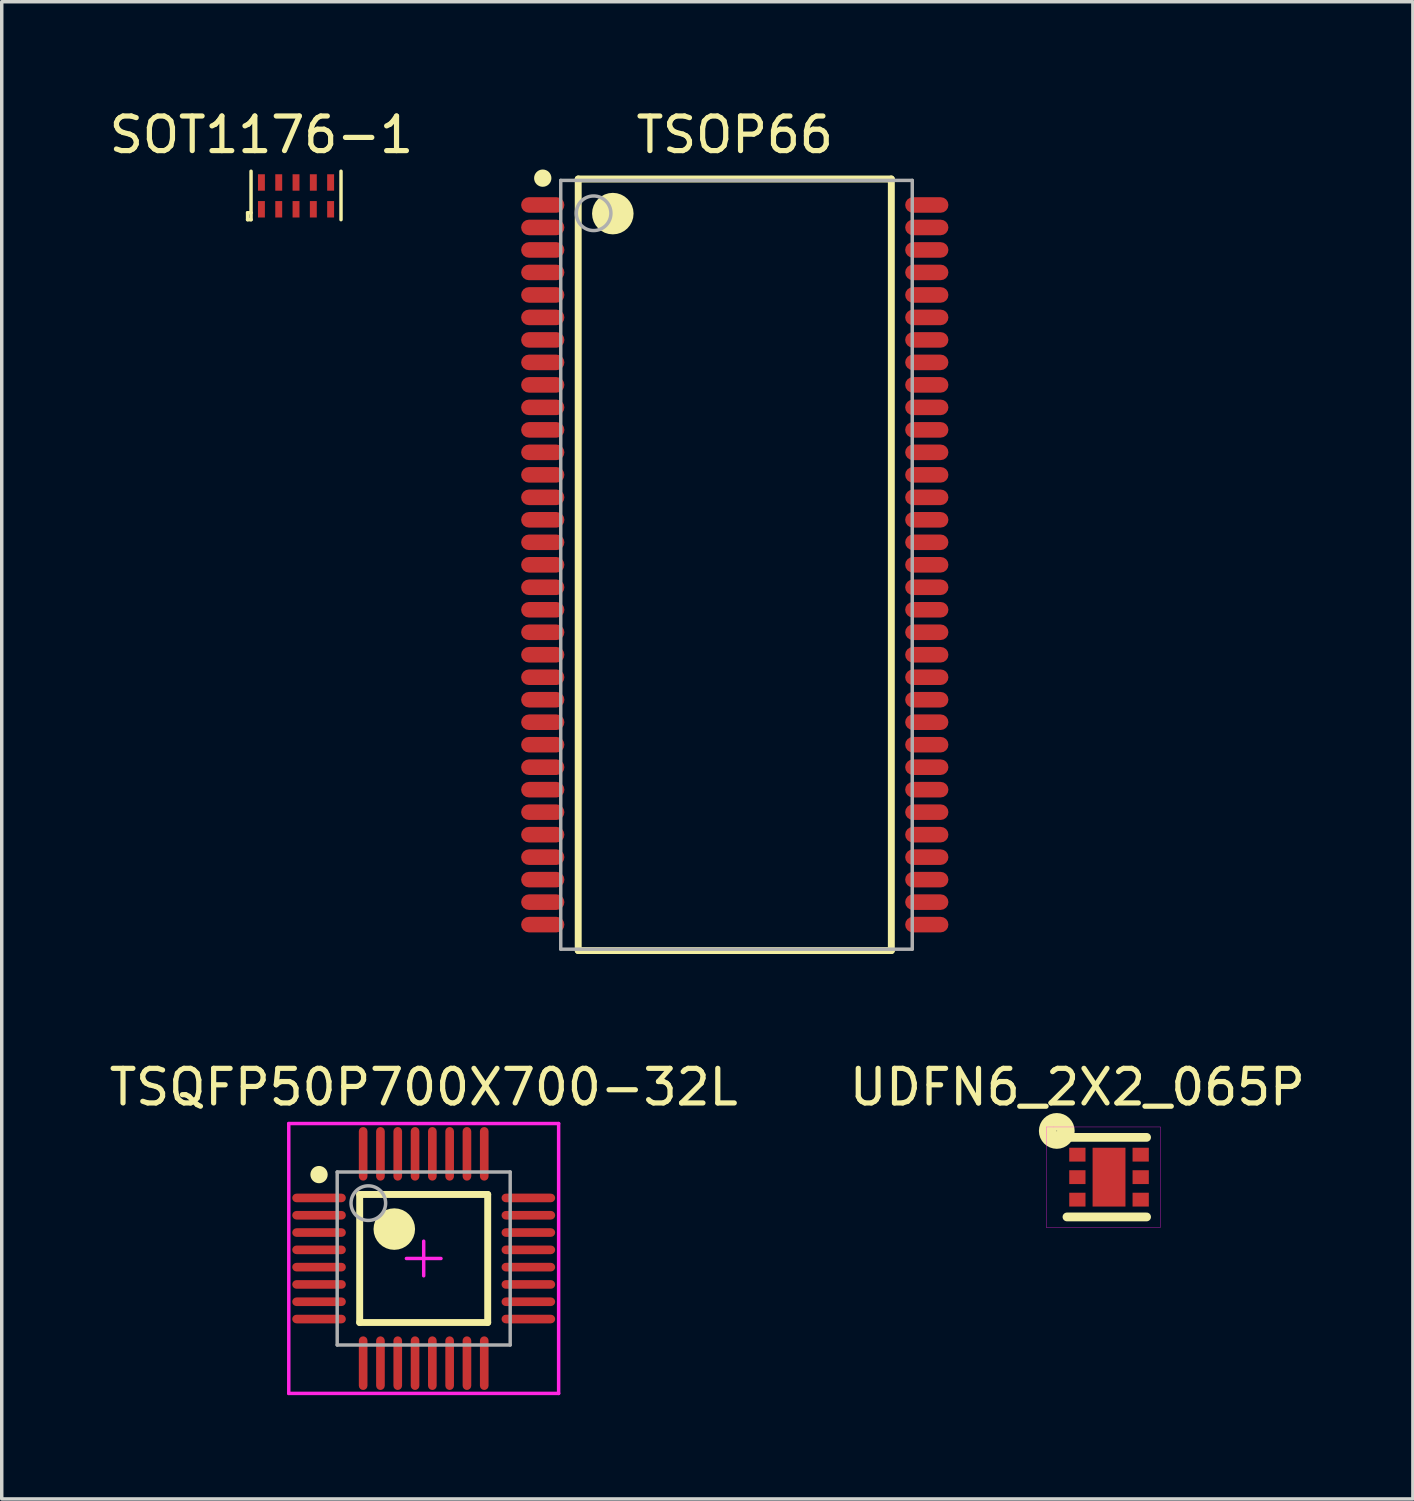
<source format=kicad_pcb>
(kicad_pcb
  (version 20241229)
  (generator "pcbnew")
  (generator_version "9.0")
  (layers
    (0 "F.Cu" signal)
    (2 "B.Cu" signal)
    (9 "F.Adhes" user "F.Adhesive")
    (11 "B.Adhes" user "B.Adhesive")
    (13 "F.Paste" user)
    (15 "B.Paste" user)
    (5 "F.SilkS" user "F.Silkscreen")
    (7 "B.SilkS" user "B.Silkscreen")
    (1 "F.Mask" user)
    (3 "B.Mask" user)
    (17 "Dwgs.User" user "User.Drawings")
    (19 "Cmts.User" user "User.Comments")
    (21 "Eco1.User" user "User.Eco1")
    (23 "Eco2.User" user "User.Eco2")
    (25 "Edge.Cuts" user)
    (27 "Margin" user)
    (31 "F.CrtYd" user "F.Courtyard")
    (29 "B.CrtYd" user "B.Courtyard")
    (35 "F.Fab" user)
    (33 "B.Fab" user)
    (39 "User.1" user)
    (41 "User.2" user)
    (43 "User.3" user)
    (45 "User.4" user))
  (footprint "TSQFP50P700X700-32L"
    (layer "F.Cu")
    (at 9.196 33.324)
    (property "Reference" "TSQFP50P700X700-32L" (at 0 -4.951 0) (layer "F.SilkS") (effects (font (size 1 1) (thickness 0.15))))
    (attr through_hole)
    (fp_line (start -1.85 -1.85) (end 1.85 -1.85) (stroke (width 0.2) (type solid)) (layer "F.SilkS"))
    (fp_line (start -1.85 1.85) (end -1.85 -1.85) (stroke (width 0.2) (type solid)) (layer "F.SilkS"))
    (fp_line (start -1.85 1.85) (end 1.85 1.85) (stroke (width 0.2) (type solid)) (layer "F.SilkS"))
    (fp_line (start 1.85 1.85) (end 1.85 -1.85) (stroke (width 0.2) (type solid)) (layer "F.SilkS"))
    (fp_circle (center -3.025 -2.425) (end -2.9 -2.425) (stroke (width 0.25) (type solid)) (fill no) (layer "F.SilkS"))
    (fp_circle (center -0.85 -0.85) (end -0.55 -0.85) (stroke (width 0.6) (type solid)) (fill no) (layer "F.SilkS"))
    (fp_line (start -3.9 -3.9) (end 3.9 -3.9) (stroke (width 0.1) (type solid)) (layer "F.CrtYd"))
    (fp_line (start -3.9 3.9) (end -3.9 -3.9) (stroke (width 0.1) (type solid)) (layer "F.CrtYd"))
    (fp_line (start -3.9 3.9) (end 3.9 3.9) (stroke (width 0.1) (type solid)) (layer "F.CrtYd"))
    (fp_line (start -0.5 0) (end 0.5 0) (stroke (width 0.1) (type solid)) (layer "F.CrtYd"))
    (fp_line (start 0 0.5) (end 0 -0.5) (stroke (width 0.1) (type solid)) (layer "F.CrtYd"))
    (fp_line (start 3.9 3.9) (end 3.9 -3.9) (stroke (width 0.1) (type solid)) (layer "F.CrtYd"))
    (fp_line (start -2.5 -2.5) (end 2.5 -2.5) (stroke (width 0.1) (type solid)) (layer "F.Fab"))
    (fp_line (start -2.5 2.5) (end -2.5 -2.5) (stroke (width 0.1) (type solid)) (layer "F.Fab"))
    (fp_line (start -2.5 2.5) (end 2.5 2.5) (stroke (width 0.1) (type solid)) (layer "F.Fab"))
    (fp_line (start 2.5 2.5) (end 2.5 -2.5) (stroke (width 0.1) (type solid)) (layer "F.Fab"))
    (fp_circle (center -1.6 -1.6) (end -1.1 -1.6) (stroke (width 0.1) (type solid)) (fill no) (layer "F.Fab"))
    (pad "1" smd roundrect (at -3.025 -1.75 90) (size 0.25 1.55) (layers "F.Cu" "F.Mask" "F.Paste") (roundrect_rratio 0.5))
    (pad "2" smd roundrect (at -3.025 -1.25 90) (size 0.25 1.55) (layers "F.Cu" "F.Mask" "F.Paste") (roundrect_rratio 0.5))
    (pad "3" smd roundrect (at -3.025 -0.75 90) (size 0.25 1.55) (layers "F.Cu" "F.Mask" "F.Paste") (roundrect_rratio 0.5))
    (pad "4" smd roundrect (at -3.025 -0.25 90) (size 0.25 1.55) (layers "F.Cu" "F.Mask" "F.Paste") (roundrect_rratio 0.5))
    (pad "5" smd roundrect (at -3.025 0.25 90) (size 0.25 1.55) (layers "F.Cu" "F.Mask" "F.Paste") (roundrect_rratio 0.5))
    (pad "6" smd roundrect (at -3.025 0.75 90) (size 0.25 1.55) (layers "F.Cu" "F.Mask" "F.Paste") (roundrect_rratio 0.5))
    (pad "7" smd roundrect (at -3.025 1.25 90) (size 0.25 1.55) (layers "F.Cu" "F.Mask" "F.Paste") (roundrect_rratio 0.5))
    (pad "8" smd roundrect (at -3.025 1.75 90) (size 0.25 1.55) (layers "F.Cu" "F.Mask" "F.Paste") (roundrect_rratio 0.5))
    (pad "9" smd roundrect (at -1.75 3.025) (size 0.25 1.55) (layers "F.Cu" "F.Mask" "F.Paste") (roundrect_rratio 0.5))
    (pad "10" smd roundrect (at -1.25 3.025) (size 0.25 1.55) (layers "F.Cu" "F.Mask" "F.Paste") (roundrect_rratio 0.5))
    (pad "11" smd roundrect (at -0.75 3.025) (size 0.25 1.55) (layers "F.Cu" "F.Mask" "F.Paste") (roundrect_rratio 0.5))
    (pad "12" smd roundrect (at -0.25 3.025) (size 0.25 1.55) (layers "F.Cu" "F.Mask" "F.Paste") (roundrect_rratio 0.5))
    (pad "13" smd roundrect (at 0.25 3.025) (size 0.25 1.55) (layers "F.Cu" "F.Mask" "F.Paste") (roundrect_rratio 0.5))
    (pad "14" smd roundrect (at 0.75 3.025) (size 0.25 1.55) (layers "F.Cu" "F.Mask" "F.Paste") (roundrect_rratio 0.5))
    (pad "15" smd roundrect (at 1.25 3.025) (size 0.25 1.55) (layers "F.Cu" "F.Mask" "F.Paste") (roundrect_rratio 0.5))
    (pad "16" smd roundrect (at 1.75 3.025) (size 0.25 1.55) (layers "F.Cu" "F.Mask" "F.Paste") (roundrect_rratio 0.5))
    (pad "17" smd roundrect (at 3.025 1.75 90) (size 0.25 1.55) (layers "F.Cu" "F.Mask" "F.Paste") (roundrect_rratio 0.5))
    (pad "18" smd roundrect (at 3.025 1.25 90) (size 0.25 1.55) (layers "F.Cu" "F.Mask" "F.Paste") (roundrect_rratio 0.5))
    (pad "19" smd roundrect (at 3.025 0.75 90) (size 0.25 1.55) (layers "F.Cu" "F.Mask" "F.Paste") (roundrect_rratio 0.5))
    (pad "20" smd roundrect (at 3.025 0.25 90) (size 0.25 1.55) (layers "F.Cu" "F.Mask" "F.Paste") (roundrect_rratio 0.5))
    (pad "21" smd roundrect (at 3.025 -0.25 90) (size 0.25 1.55) (layers "F.Cu" "F.Mask" "F.Paste") (roundrect_rratio 0.5))
    (pad "22" smd roundrect (at 3.025 -0.75 90) (size 0.25 1.55) (layers "F.Cu" "F.Mask" "F.Paste") (roundrect_rratio 0.5))
    (pad "23" smd roundrect (at 3.025 -1.25 90) (size 0.25 1.55) (layers "F.Cu" "F.Mask" "F.Paste") (roundrect_rratio 0.5))
    (pad "24" smd roundrect (at 3.025 -1.75 90) (size 0.25 1.55) (layers "F.Cu" "F.Mask" "F.Paste") (roundrect_rratio 0.5))
    (pad "25" smd roundrect (at 1.75 -3.025) (size 0.25 1.55) (layers "F.Cu" "F.Mask" "F.Paste") (roundrect_rratio 0.5))
    (pad "26" smd roundrect (at 1.25 -3.025) (size 0.25 1.55) (layers "F.Cu" "F.Mask" "F.Paste") (roundrect_rratio 0.5))
    (pad "27" smd roundrect (at 0.75 -3.025) (size 0.25 1.55) (layers "F.Cu" "F.Mask" "F.Paste") (roundrect_rratio 0.5))
    (pad "28" smd roundrect (at 0.25 -3.025) (size 0.25 1.55) (layers "F.Cu" "F.Mask" "F.Paste") (roundrect_rratio 0.5))
    (pad "29" smd roundrect (at -0.25 -3.025) (size 0.25 1.55) (layers "F.Cu" "F.Mask" "F.Paste") (roundrect_rratio 0.5))
    (pad "30" smd roundrect (at -0.75 -3.025) (size 0.25 1.55) (layers "F.Cu" "F.Mask" "F.Paste") (roundrect_rratio 0.5))
    (pad "31" smd roundrect (at -1.25 -3.025) (size 0.25 1.55) (layers "F.Cu" "F.Mask" "F.Paste") (roundrect_rratio 0.5))
    (pad "32" smd roundrect (at -1.75 -3.025) (size 0.25 1.55) (layers "F.Cu" "F.Mask" "F.Paste") (roundrect_rratio 0.5)))
  (footprint "TSOP66"
    (layer "F.Cu")
    (at 18.187 13.274)
    (property "Reference" "TSOP66" (at 0 -12.426 0) (layer "F.SilkS") (effects (font (size 1 1) (thickness 0.15))))
    (attr through_hole)
    (fp_line (start -4.525 -11.15) (end 4.525 -11.15) (stroke (width 0.2) (type solid)) (layer "F.SilkS"))
    (fp_line (start -4.525 11.15) (end -4.525 -11.15) (stroke (width 0.2) (type solid)) (layer "F.SilkS"))
    (fp_line (start -4.525 11.15) (end 4.525 11.15) (stroke (width 0.2) (type solid)) (layer "F.SilkS"))
    (fp_line (start 4.525 11.15) (end 4.525 -11.15) (stroke (width 0.2) (type solid)) (layer "F.SilkS"))
    (fp_circle (center -5.55 -11.175) (end -5.425 -11.175) (stroke (width 0.25) (type solid)) (fill no) (layer "F.SilkS"))
    (fp_circle (center -3.525 -10.15) (end -3.225 -10.15) (stroke (width 0.6) (type solid)) (fill no) (layer "F.SilkS"))
    (fp_line (start -5.03 -11.11) (end 5.13 -11.11) (stroke (width 0.1) (type solid)) (layer "F.Fab"))
    (fp_line (start -5.03 11.11) (end -5.03 -11.11) (stroke (width 0.1) (type solid)) (layer "F.Fab"))
    (fp_line (start -5.03 11.11) (end 5.13 11.11) (stroke (width 0.1) (type solid)) (layer "F.Fab"))
    (fp_line (start 5.13 11.11) (end 5.13 -11.11) (stroke (width 0.1) (type solid)) (layer "F.Fab"))
    (fp_circle (center -4.08 -10.16) (end -3.58 -10.16) (stroke (width 0.1) (type solid)) (fill no) (layer "F.Fab"))
    (pad "1" smd roundrect (at -5.55 -10.4) (size 1.25 0.45) (layers "F.Cu" "F.Mask" "F.Paste") (roundrect_rratio 0.5))
    (pad "2" smd roundrect (at -5.55 -9.75) (size 1.25 0.45) (layers "F.Cu" "F.Mask" "F.Paste") (roundrect_rratio 0.5))
    (pad "3" smd roundrect (at -5.55 -9.1) (size 1.25 0.45) (layers "F.Cu" "F.Mask" "F.Paste") (roundrect_rratio 0.5))
    (pad "4" smd roundrect (at -5.55 -8.45) (size 1.25 0.45) (layers "F.Cu" "F.Mask" "F.Paste") (roundrect_rratio 0.5))
    (pad "5" smd roundrect (at -5.55 -7.8) (size 1.25 0.45) (layers "F.Cu" "F.Mask" "F.Paste") (roundrect_rratio 0.5))
    (pad "6" smd roundrect (at -5.55 -7.15) (size 1.25 0.45) (layers "F.Cu" "F.Mask" "F.Paste") (roundrect_rratio 0.5))
    (pad "7" smd roundrect (at -5.55 -6.5) (size 1.25 0.45) (layers "F.Cu" "F.Mask" "F.Paste") (roundrect_rratio 0.5))
    (pad "8" smd roundrect (at -5.55 -5.85) (size 1.25 0.45) (layers "F.Cu" "F.Mask" "F.Paste") (roundrect_rratio 0.5))
    (pad "9" smd roundrect (at -5.55 -5.2) (size 1.25 0.45) (layers "F.Cu" "F.Mask" "F.Paste") (roundrect_rratio 0.5))
    (pad "10" smd roundrect (at -5.55 -4.55) (size 1.25 0.45) (layers "F.Cu" "F.Mask" "F.Paste") (roundrect_rratio 0.5))
    (pad "11" smd roundrect (at -5.55 -3.9) (size 1.25 0.45) (layers "F.Cu" "F.Mask" "F.Paste") (roundrect_rratio 0.5))
    (pad "12" smd roundrect (at -5.55 -3.25) (size 1.25 0.45) (layers "F.Cu" "F.Mask" "F.Paste") (roundrect_rratio 0.5))
    (pad "13" smd roundrect (at -5.55 -2.6) (size 1.25 0.45) (layers "F.Cu" "F.Mask" "F.Paste") (roundrect_rratio 0.5))
    (pad "14" smd roundrect (at -5.55 -1.95) (size 1.25 0.45) (layers "F.Cu" "F.Mask" "F.Paste") (roundrect_rratio 0.5))
    (pad "15" smd roundrect (at -5.55 -1.3) (size 1.25 0.45) (layers "F.Cu" "F.Mask" "F.Paste") (roundrect_rratio 0.5))
    (pad "16" smd roundrect (at -5.55 -0.65) (size 1.25 0.45) (layers "F.Cu" "F.Mask" "F.Paste") (roundrect_rratio 0.5))
    (pad "17" smd roundrect (at -5.55 0) (size 1.25 0.45) (layers "F.Cu" "F.Mask" "F.Paste") (roundrect_rratio 0.5))
    (pad "18" smd roundrect (at -5.55 0.65) (size 1.25 0.45) (layers "F.Cu" "F.Mask" "F.Paste") (roundrect_rratio 0.5))
    (pad "19" smd roundrect (at -5.55 1.3) (size 1.25 0.45) (layers "F.Cu" "F.Mask" "F.Paste") (roundrect_rratio 0.5))
    (pad "20" smd roundrect (at -5.55 1.95) (size 1.25 0.45) (layers "F.Cu" "F.Mask" "F.Paste") (roundrect_rratio 0.5))
    (pad "21" smd roundrect (at -5.55 2.6) (size 1.25 0.45) (layers "F.Cu" "F.Mask" "F.Paste") (roundrect_rratio 0.5))
    (pad "22" smd roundrect (at -5.55 3.25) (size 1.25 0.45) (layers "F.Cu" "F.Mask" "F.Paste") (roundrect_rratio 0.5))
    (pad "23" smd roundrect (at -5.55 3.9) (size 1.25 0.45) (layers "F.Cu" "F.Mask" "F.Paste") (roundrect_rratio 0.5))
    (pad "24" smd roundrect (at -5.55 4.55) (size 1.25 0.45) (layers "F.Cu" "F.Mask" "F.Paste") (roundrect_rratio 0.5))
    (pad "25" smd roundrect (at -5.55 5.2) (size 1.25 0.45) (layers "F.Cu" "F.Mask" "F.Paste") (roundrect_rratio 0.5))
    (pad "26" smd roundrect (at -5.55 5.85) (size 1.25 0.45) (layers "F.Cu" "F.Mask" "F.Paste") (roundrect_rratio 0.5))
    (pad "27" smd roundrect (at -5.55 6.5) (size 1.25 0.45) (layers "F.Cu" "F.Mask" "F.Paste") (roundrect_rratio 0.5))
    (pad "28" smd roundrect (at -5.55 7.15) (size 1.25 0.45) (layers "F.Cu" "F.Mask" "F.Paste") (roundrect_rratio 0.5))
    (pad "29" smd roundrect (at -5.55 7.8) (size 1.25 0.45) (layers "F.Cu" "F.Mask" "F.Paste") (roundrect_rratio 0.5))
    (pad "30" smd roundrect (at -5.55 8.45) (size 1.25 0.45) (layers "F.Cu" "F.Mask" "F.Paste") (roundrect_rratio 0.5))
    (pad "31" smd roundrect (at -5.55 9.1) (size 1.25 0.45) (layers "F.Cu" "F.Mask" "F.Paste") (roundrect_rratio 0.5))
    (pad "32" smd roundrect (at -5.55 9.75) (size 1.25 0.45) (layers "F.Cu" "F.Mask" "F.Paste") (roundrect_rratio 0.5))
    (pad "33" smd roundrect (at -5.55 10.4) (size 1.25 0.45) (layers "F.Cu" "F.Mask" "F.Paste") (roundrect_rratio 0.5))
    (pad "34" smd roundrect (at 5.55 10.4) (size 1.25 0.45) (layers "F.Cu" "F.Mask" "F.Paste") (roundrect_rratio 0.5))
    (pad "35" smd roundrect (at 5.55 9.75) (size 1.25 0.45) (layers "F.Cu" "F.Mask" "F.Paste") (roundrect_rratio 0.5))
    (pad "36" smd roundrect (at 5.55 9.1) (size 1.25 0.45) (layers "F.Cu" "F.Mask" "F.Paste") (roundrect_rratio 0.5))
    (pad "37" smd roundrect (at 5.55 8.45) (size 1.25 0.45) (layers "F.Cu" "F.Mask" "F.Paste") (roundrect_rratio 0.5))
    (pad "38" smd roundrect (at 5.55 7.8) (size 1.25 0.45) (layers "F.Cu" "F.Mask" "F.Paste") (roundrect_rratio 0.5))
    (pad "39" smd roundrect (at 5.55 7.15) (size 1.25 0.45) (layers "F.Cu" "F.Mask" "F.Paste") (roundrect_rratio 0.5))
    (pad "40" smd roundrect (at 5.55 6.5) (size 1.25 0.45) (layers "F.Cu" "F.Mask" "F.Paste") (roundrect_rratio 0.5))
    (pad "41" smd roundrect (at 5.55 5.85) (size 1.25 0.45) (layers "F.Cu" "F.Mask" "F.Paste") (roundrect_rratio 0.5))
    (pad "42" smd roundrect (at 5.55 5.2) (size 1.25 0.45) (layers "F.Cu" "F.Mask" "F.Paste") (roundrect_rratio 0.5))
    (pad "43" smd roundrect (at 5.55 4.55) (size 1.25 0.45) (layers "F.Cu" "F.Mask" "F.Paste") (roundrect_rratio 0.5))
    (pad "44" smd roundrect (at 5.55 3.9) (size 1.25 0.45) (layers "F.Cu" "F.Mask" "F.Paste") (roundrect_rratio 0.5))
    (pad "45" smd roundrect (at 5.55 3.25) (size 1.25 0.45) (layers "F.Cu" "F.Mask" "F.Paste") (roundrect_rratio 0.5))
    (pad "46" smd roundrect (at 5.55 2.6) (size 1.25 0.45) (layers "F.Cu" "F.Mask" "F.Paste") (roundrect_rratio 0.5))
    (pad "47" smd roundrect (at 5.55 1.95) (size 1.25 0.45) (layers "F.Cu" "F.Mask" "F.Paste") (roundrect_rratio 0.5))
    (pad "48" smd roundrect (at 5.55 1.3) (size 1.25 0.45) (layers "F.Cu" "F.Mask" "F.Paste") (roundrect_rratio 0.5))
    (pad "49" smd roundrect (at 5.55 0.65) (size 1.25 0.45) (layers "F.Cu" "F.Mask" "F.Paste") (roundrect_rratio 0.5))
    (pad "50" smd roundrect (at 5.55 0) (size 1.25 0.45) (layers "F.Cu" "F.Mask" "F.Paste") (roundrect_rratio 0.5))
    (pad "51" smd roundrect (at 5.55 -0.65) (size 1.25 0.45) (layers "F.Cu" "F.Mask" "F.Paste") (roundrect_rratio 0.5))
    (pad "52" smd roundrect (at 5.55 -1.3) (size 1.25 0.45) (layers "F.Cu" "F.Mask" "F.Paste") (roundrect_rratio 0.5))
    (pad "53" smd roundrect (at 5.55 -1.95) (size 1.25 0.45) (layers "F.Cu" "F.Mask" "F.Paste") (roundrect_rratio 0.5))
    (pad "54" smd roundrect (at 5.55 -2.6) (size 1.25 0.45) (layers "F.Cu" "F.Mask" "F.Paste") (roundrect_rratio 0.5))
    (pad "55" smd roundrect (at 5.55 -3.25) (size 1.25 0.45) (layers "F.Cu" "F.Mask" "F.Paste") (roundrect_rratio 0.5))
    (pad "56" smd roundrect (at 5.55 -3.9) (size 1.25 0.45) (layers "F.Cu" "F.Mask" "F.Paste") (roundrect_rratio 0.5))
    (pad "57" smd roundrect (at 5.55 -4.55) (size 1.25 0.45) (layers "F.Cu" "F.Mask" "F.Paste") (roundrect_rratio 0.5))
    (pad "58" smd roundrect (at 5.55 -5.2) (size 1.25 0.45) (layers "F.Cu" "F.Mask" "F.Paste") (roundrect_rratio 0.5))
    (pad "59" smd roundrect (at 5.55 -5.85) (size 1.25 0.45) (layers "F.Cu" "F.Mask" "F.Paste") (roundrect_rratio 0.5))
    (pad "60" smd roundrect (at 5.55 -6.5) (size 1.25 0.45) (layers "F.Cu" "F.Mask" "F.Paste") (roundrect_rratio 0.5))
    (pad "61" smd roundrect (at 5.55 -7.15) (size 1.25 0.45) (layers "F.Cu" "F.Mask" "F.Paste") (roundrect_rratio 0.5))
    (pad "62" smd roundrect (at 5.55 -7.8) (size 1.25 0.45) (layers "F.Cu" "F.Mask" "F.Paste") (roundrect_rratio 0.5))
    (pad "63" smd roundrect (at 5.55 -8.45) (size 1.25 0.45) (layers "F.Cu" "F.Mask" "F.Paste") (roundrect_rratio 0.5))
    (pad "64" smd roundrect (at 5.55 -9.1) (size 1.25 0.45) (layers "F.Cu" "F.Mask" "F.Paste") (roundrect_rratio 0.5))
    (pad "65" smd roundrect (at 5.55 -9.75) (size 1.25 0.45) (layers "F.Cu" "F.Mask" "F.Paste") (roundrect_rratio 0.5))
    (pad "66" smd roundrect (at 5.55 -10.4) (size 1.25 0.45) (layers "F.Cu" "F.Mask" "F.Paste") (roundrect_rratio 0.5)))
  (footprint "SOT1176-1"
    (layer "F.Cu")
    (at 4.506 2.999)
    (property "Reference" "SOT1176-1" (at 0 -2.151 0) (layer "F.SilkS") (effects (font (size 1 1) (thickness 0.15))))
    (attr through_hole)
    (fp_line (start -0.4 0.1) (end -0.3 0.1) (stroke (width 0.1) (type solid)) (layer "F.SilkS"))
    (fp_line (start -0.4 0.3) (end -0.4 0.1) (stroke (width 0.1) (type solid)) (layer "F.SilkS"))
    (fp_line (start -0.4 0.3) (end -0.3 0.3) (stroke (width 0.1) (type solid)) (layer "F.SilkS"))
    (fp_line (start -0.3 0.3) (end -0.3 -1.1) (stroke (width 0.1) (type solid)) (layer "F.SilkS"))
    (fp_line (start 2.3 0.3) (end 2.3 -1.1) (stroke (width 0.1) (type solid)) (layer "F.SilkS"))
    (pad "1" smd rect (at 0 0) (size 0.2 0.475) (layers "F.Cu" "F.Mask" "F.Paste"))
    (pad "2" smd rect (at 0.5 0) (size 0.2 0.475) (layers "F.Cu" "F.Mask" "F.Paste"))
    (pad "3" smd rect (at 1 0) (size 0.2 0.475) (layers "F.Cu" "F.Mask" "F.Paste"))
    (pad "4" smd rect (at 1.5 0) (size 0.2 0.475) (layers "F.Cu" "F.Mask" "F.Paste"))
    (pad "5" smd rect (at 2 0) (size 0.2 0.475) (layers "F.Cu" "F.Mask" "F.Paste"))
    (pad "6" smd rect (at 2 -0.775) (size 0.2 0.475) (layers "F.Cu" "F.Mask" "F.Paste"))
    (pad "7" smd rect (at 1.5 -0.775) (size 0.2 0.475) (layers "F.Cu" "F.Mask" "F.Paste"))
    (pad "8" smd rect (at 1 -0.775) (size 0.2 0.475) (layers "F.Cu" "F.Mask" "F.Paste"))
    (pad "9" smd rect (at 0.5 -0.775) (size 0.2 0.475) (layers "F.Cu" "F.Mask" "F.Paste"))
    (pad "10" smd rect (at 0 -0.775) (size 0.2 0.475) (layers "F.Cu" "F.Mask" "F.Paste")))
  (footprint "UDFN6_2X2_065P"
    (layer "F.Cu")
    (at 28.089 30.323)
    (property "Reference" "UDFN6_2X2_065P" (at 0 -1.95 0) (layer "F.SilkS") (effects (font (size 1 1) (thickness 0.15))))
    (attr through_hole)
    (fp_line (start -0.3 1.8) (end 2 1.8) (stroke (width 0.254) (type solid)) (layer "F.SilkS"))
    (fp_line (start -0.2 -0.5) (end 2 -0.5) (stroke (width 0.254) (type solid)) (layer "F.SilkS"))
    (fp_circle (center -0.595 -0.686) (end -0.586 -0.686) (stroke (width 0.508) (type solid)) (fill no) (layer "F.SilkS"))
    (fp_line (start -0.9 -0.8) (end -0.7 -0.8) (stroke (width 0.01) (type solid)) (layer "F.CrtYd"))
    (fp_line (start -0.9 2.1) (end -0.9 -0.8) (stroke (width 0.01) (type solid)) (layer "F.CrtYd"))
    (fp_line (start -0.9 2.1) (end 2.4 2.1) (stroke (width 0.01) (type solid)) (layer "F.CrtYd"))
    (fp_line (start -0.7 -0.8) (end 2.4 -0.8) (stroke (width 0.01) (type solid)) (layer "F.CrtYd"))
    (fp_line (start 2.4 2.1) (end 2.4 -0.8) (stroke (width 0.01) (type solid)) (layer "F.CrtYd"))
    (pad "1" smd rect (at 0 0 90) (size 0.4 0.47) (layers "F.Cu" "F.Mask" "F.Paste"))
    (pad "2" smd rect (at 0 0.65 90) (size 0.4 0.47) (layers "F.Cu" "F.Mask" "F.Paste"))
    (pad "3" smd rect (at 0 1.3 90) (size 0.4 0.47) (layers "F.Cu" "F.Mask" "F.Paste"))
    (pad "4" smd rect (at 1.83 1.3 90) (size 0.4 0.47) (layers "F.Cu" "F.Mask" "F.Paste"))
    (pad "5" smd rect (at 1.83 0.65 90) (size 0.4 0.47) (layers "F.Cu" "F.Mask" "F.Paste"))
    (pad "6" smd rect (at 1.83 0 90) (size 0.4 0.47) (layers "F.Cu" "F.Mask" "F.Paste"))
    (pad "7" smd rect (at 0.915 0.65 180) (size 0.95 1.7) (layers "F.Cu" "F.Mask" "F.Paste")))
  (gr_rect
    (start -3 -3)
    (end 37.786 40.273)
    (stroke (width 0.1) (type default))
    (fill no)
    (layer "Edge.Cuts")))
</source>
